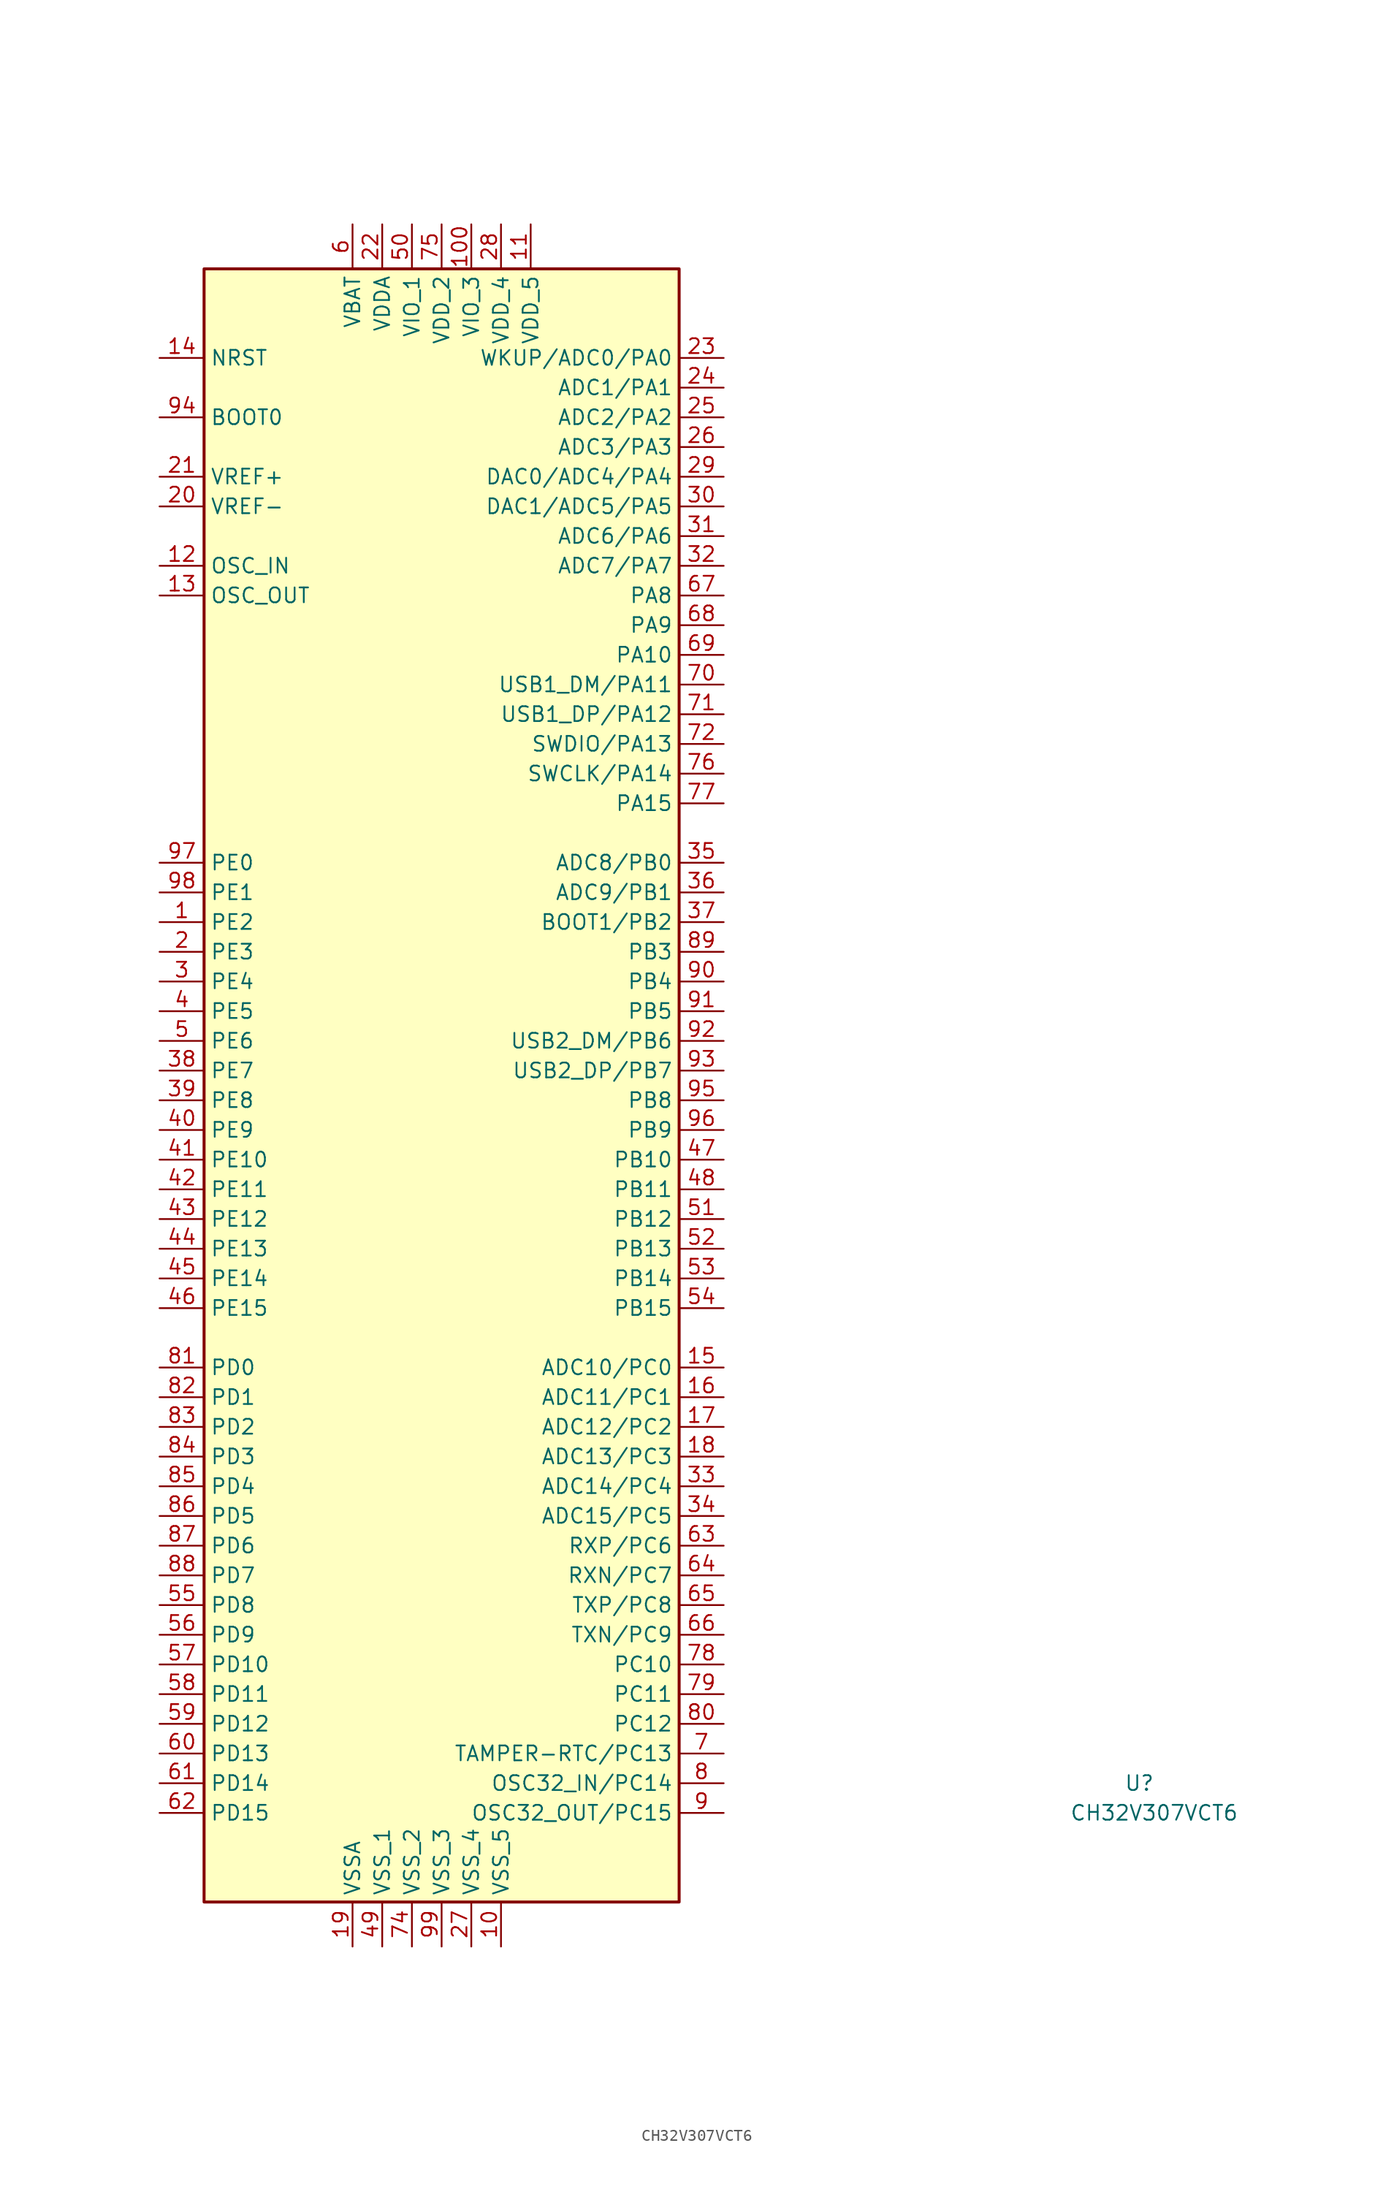
<source format=kicad_sym>
(kicad_symbol_lib
  (version 20211014)
  (generator kicad_symbol_editor)
  (symbol "CH32V307VCT6"
    (property "Reference" "U"
      (at 57.15 -60.96 0)
      (effects (font (size 1.27 1.27))))
    (property "Value" "CH32V307VCT6"
      (at 58.42 -63.5 0)
      (effects (font (size 1.27 1.27))))
    (symbol "CH32V307VCT6_0_1"
      (rectangle (start -22.86 68.58) (end 17.78 -71.12) (stroke (width 0.254) (type default) (color 0 0 0 0)) (fill (type background))))
    (symbol "CH32V307VCT6_1_1"
      (pin bidirectional line (at -26.67 12.7 0) (length 3.81) (name "PE2" (effects (font (size 1.27 1.27)))) (number "1" (effects (font (size 1.27 1.27)))))
      (pin power_in line (at 2.54 -74.93 90) (length 3.81) (name "VSS_5" (effects (font (size 1.27 1.27)))) (number "10" (effects (font (size 1.27 1.27)))))
      (pin power_in line (at 0 72.39 270) (length 3.81) (name "VIO_3" (effects (font (size 1.27 1.27)))) (number "100" (effects (font (size 1.27 1.27)))))
      (pin power_in line (at 5.08 72.39 270) (length 3.81) (name "VDD_5" (effects (font (size 1.27 1.27)))) (number "11" (effects (font (size 1.27 1.27)))))
      (pin bidirectional line (at -26.67 43.18 0) (length 3.81) (name "OSC_IN" (effects (font (size 1.27 1.27)))) (number "12" (effects (font (size 1.27 1.27)))))
      (pin bidirectional line (at -26.67 40.64 0) (length 3.81) (name "OSC_OUT" (effects (font (size 1.27 1.27)))) (number "13" (effects (font (size 1.27 1.27)))))
      (pin bidirectional line (at -26.67 60.96 0) (length 3.81) (name "NRST" (effects (font (size 1.27 1.27)))) (number "14" (effects (font (size 1.27 1.27)))))
      (pin bidirectional line (at 21.59 -25.4 180) (length 3.81) (name "ADC10/PC0" (effects (font (size 1.27 1.27)))) (number "15" (effects (font (size 1.27 1.27)))))
      (pin bidirectional line (at 21.59 -27.94 180) (length 3.81) (name "ADC11/PC1" (effects (font (size 1.27 1.27)))) (number "16" (effects (font (size 1.27 1.27)))))
      (pin bidirectional line (at 21.59 -30.48 180) (length 3.81) (name "ADC12/PC2" (effects (font (size 1.27 1.27)))) (number "17" (effects (font (size 1.27 1.27)))))
      (pin bidirectional line (at 21.59 -33.02 180) (length 3.81) (name "ADC13/PC3" (effects (font (size 1.27 1.27)))) (number "18" (effects (font (size 1.27 1.27)))))
      (pin power_in line (at -10.16 -74.93 90) (length 3.81) (name "VSSA" (effects (font (size 1.27 1.27)))) (number "19" (effects (font (size 1.27 1.27)))))
      (pin bidirectional line (at -26.67 10.16 0) (length 3.81) (name "PE3" (effects (font (size 1.27 1.27)))) (number "2" (effects (font (size 1.27 1.27)))))
      (pin power_in line (at -26.67 48.26 0) (length 3.81) (name "VREF-" (effects (font (size 1.27 1.27)))) (number "20" (effects (font (size 1.27 1.27)))))
      (pin power_in line (at -26.67 50.8 0) (length 3.81) (name "VREF+" (effects (font (size 1.27 1.27)))) (number "21" (effects (font (size 1.27 1.27)))))
      (pin power_in line (at -7.62 72.39 270) (length 3.81) (name "VDDA" (effects (font (size 1.27 1.27)))) (number "22" (effects (font (size 1.27 1.27)))))
      (pin bidirectional line (at 21.59 60.96 180) (length 3.81) (name "WKUP/ADC0/PA0" (effects (font (size 1.27 1.27)))) (number "23" (effects (font (size 1.27 1.27)))))
      (pin bidirectional line (at 21.59 58.42 180) (length 3.81) (name "ADC1/PA1" (effects (font (size 1.27 1.27)))) (number "24" (effects (font (size 1.27 1.27)))))
      (pin bidirectional line (at 21.59 55.88 180) (length 3.81) (name "ADC2/PA2" (effects (font (size 1.27 1.27)))) (number "25" (effects (font (size 1.27 1.27)))))
      (pin bidirectional line (at 21.59 53.34 180) (length 3.81) (name "ADC3/PA3" (effects (font (size 1.27 1.27)))) (number "26" (effects (font (size 1.27 1.27)))))
      (pin power_in line (at 0 -74.93 90) (length 3.81) (name "VSS_4" (effects (font (size 1.27 1.27)))) (number "27" (effects (font (size 1.27 1.27)))))
      (pin power_in line (at 2.54 72.39 270) (length 3.81) (name "VDD_4" (effects (font (size 1.27 1.27)))) (number "28" (effects (font (size 1.27 1.27)))))
      (pin bidirectional line (at 21.59 50.8 180) (length 3.81) (name "DAC0/ADC4/PA4" (effects (font (size 1.27 1.27)))) (number "29" (effects (font (size 1.27 1.27)))))
      (pin bidirectional line (at -26.67 7.62 0) (length 3.81) (name "PE4" (effects (font (size 1.27 1.27)))) (number "3" (effects (font (size 1.27 1.27)))))
      (pin bidirectional line (at 21.59 48.26 180) (length 3.81) (name "DAC1/ADC5/PA5" (effects (font (size 1.27 1.27)))) (number "30" (effects (font (size 1.27 1.27)))))
      (pin bidirectional line (at 21.59 45.72 180) (length 3.81) (name "ADC6/PA6" (effects (font (size 1.27 1.27)))) (number "31" (effects (font (size 1.27 1.27)))))
      (pin bidirectional line (at 21.59 43.18 180) (length 3.81) (name "ADC7/PA7" (effects (font (size 1.27 1.27)))) (number "32" (effects (font (size 1.27 1.27)))))
      (pin bidirectional line (at 21.59 -35.56 180) (length 3.81) (name "ADC14/PC4" (effects (font (size 1.27 1.27)))) (number "33" (effects (font (size 1.27 1.27)))))
      (pin bidirectional line (at 21.59 -38.1 180) (length 3.81) (name "ADC15/PC5" (effects (font (size 1.27 1.27)))) (number "34" (effects (font (size 1.27 1.27)))))
      (pin bidirectional line (at 21.59 17.78 180) (length 3.81) (name "ADC8/PB0" (effects (font (size 1.27 1.27)))) (number "35" (effects (font (size 1.27 1.27)))))
      (pin bidirectional line (at 21.59 15.24 180) (length 3.81) (name "ADC9/PB1" (effects (font (size 1.27 1.27)))) (number "36" (effects (font (size 1.27 1.27)))))
      (pin bidirectional line (at 21.59 12.7 180) (length 3.81) (name "BOOT1/PB2" (effects (font (size 1.27 1.27)))) (number "37" (effects (font (size 1.27 1.27)))))
      (pin bidirectional line (at -26.67 0 0) (length 3.81) (name "PE7" (effects (font (size 1.27 1.27)))) (number "38" (effects (font (size 1.27 1.27)))))
      (pin bidirectional line (at -26.67 -2.54 0) (length 3.81) (name "PE8" (effects (font (size 1.27 1.27)))) (number "39" (effects (font (size 1.27 1.27)))))
      (pin bidirectional line (at -26.67 5.08 0) (length 3.81) (name "PE5" (effects (font (size 1.27 1.27)))) (number "4" (effects (font (size 1.27 1.27)))))
      (pin bidirectional line (at -26.67 -5.08 0) (length 3.81) (name "PE9" (effects (font (size 1.27 1.27)))) (number "40" (effects (font (size 1.27 1.27)))))
      (pin bidirectional line (at -26.67 -7.62 0) (length 3.81) (name "PE10" (effects (font (size 1.27 1.27)))) (number "41" (effects (font (size 1.27 1.27)))))
      (pin bidirectional line (at -26.67 -10.16 0) (length 3.81) (name "PE11" (effects (font (size 1.27 1.27)))) (number "42" (effects (font (size 1.27 1.27)))))
      (pin bidirectional line (at -26.67 -12.7 0) (length 3.81) (name "PE12" (effects (font (size 1.27 1.27)))) (number "43" (effects (font (size 1.27 1.27)))))
      (pin bidirectional line (at -26.67 -15.24 0) (length 3.81) (name "PE13" (effects (font (size 1.27 1.27)))) (number "44" (effects (font (size 1.27 1.27)))))
      (pin bidirectional line (at -26.67 -17.78 0) (length 3.81) (name "PE14" (effects (font (size 1.27 1.27)))) (number "45" (effects (font (size 1.27 1.27)))))
      (pin bidirectional line (at -26.67 -20.32 0) (length 3.81) (name "PE15" (effects (font (size 1.27 1.27)))) (number "46" (effects (font (size 1.27 1.27)))))
      (pin bidirectional line (at 21.59 -7.62 180) (length 3.81) (name "PB10" (effects (font (size 1.27 1.27)))) (number "47" (effects (font (size 1.27 1.27)))))
      (pin bidirectional line (at 21.59 -10.16 180) (length 3.81) (name "PB11" (effects (font (size 1.27 1.27)))) (number "48" (effects (font (size 1.27 1.27)))))
      (pin power_in line (at -7.62 -74.93 90) (length 3.81) (name "VSS_1" (effects (font (size 1.27 1.27)))) (number "49" (effects (font (size 1.27 1.27)))))
      (pin bidirectional line (at -26.67 2.54 0) (length 3.81) (name "PE6" (effects (font (size 1.27 1.27)))) (number "5" (effects (font (size 1.27 1.27)))))
      (pin power_in line (at -5.08 72.39 270) (length 3.81) (name "VIO_1" (effects (font (size 1.27 1.27)))) (number "50" (effects (font (size 1.27 1.27)))))
      (pin bidirectional line (at 21.59 -12.7 180) (length 3.81) (name "PB12" (effects (font (size 1.27 1.27)))) (number "51" (effects (font (size 1.27 1.27)))))
      (pin bidirectional line (at 21.59 -15.24 180) (length 3.81) (name "PB13" (effects (font (size 1.27 1.27)))) (number "52" (effects (font (size 1.27 1.27)))))
      (pin bidirectional line (at 21.59 -17.78 180) (length 3.81) (name "PB14" (effects (font (size 1.27 1.27)))) (number "53" (effects (font (size 1.27 1.27)))))
      (pin bidirectional line (at 21.59 -20.32 180) (length 3.81) (name "PB15" (effects (font (size 1.27 1.27)))) (number "54" (effects (font (size 1.27 1.27)))))
      (pin bidirectional line (at -26.67 -45.72 0) (length 3.81) (name "PD8" (effects (font (size 1.27 1.27)))) (number "55" (effects (font (size 1.27 1.27)))))
      (pin bidirectional line (at -26.67 -48.26 0) (length 3.81) (name "PD9" (effects (font (size 1.27 1.27)))) (number "56" (effects (font (size 1.27 1.27)))))
      (pin bidirectional line (at -26.67 -50.8 0) (length 3.81) (name "PD10" (effects (font (size 1.27 1.27)))) (number "57" (effects (font (size 1.27 1.27)))))
      (pin bidirectional line (at -26.67 -53.34 0) (length 3.81) (name "PD11" (effects (font (size 1.27 1.27)))) (number "58" (effects (font (size 1.27 1.27)))))
      (pin bidirectional line (at -26.67 -55.88 0) (length 3.81) (name "PD12" (effects (font (size 1.27 1.27)))) (number "59" (effects (font (size 1.27 1.27)))))
      (pin power_in line (at -10.16 72.39 270) (length 3.81) (name "VBAT" (effects (font (size 1.27 1.27)))) (number "6" (effects (font (size 1.27 1.27)))))
      (pin bidirectional line (at -26.67 -58.42 0) (length 3.81) (name "PD13" (effects (font (size 1.27 1.27)))) (number "60" (effects (font (size 1.27 1.27)))))
      (pin bidirectional line (at -26.67 -60.96 0) (length 3.81) (name "PD14" (effects (font (size 1.27 1.27)))) (number "61" (effects (font (size 1.27 1.27)))))
      (pin bidirectional line (at -26.67 -63.5 0) (length 3.81) (name "PD15" (effects (font (size 1.27 1.27)))) (number "62" (effects (font (size 1.27 1.27)))))
      (pin bidirectional line (at 21.59 -40.64 180) (length 3.81) (name "RXP/PC6" (effects (font (size 1.27 1.27)))) (number "63" (effects (font (size 1.27 1.27)))))
      (pin bidirectional line (at 21.59 -43.18 180) (length 3.81) (name "RXN/PC7" (effects (font (size 1.27 1.27)))) (number "64" (effects (font (size 1.27 1.27)))))
      (pin bidirectional line (at 21.59 -45.72 180) (length 3.81) (name "TXP/PC8" (effects (font (size 1.27 1.27)))) (number "65" (effects (font (size 1.27 1.27)))))
      (pin bidirectional line (at 21.59 -48.26 180) (length 3.81) (name "TXN/PC9" (effects (font (size 1.27 1.27)))) (number "66" (effects (font (size 1.27 1.27)))))
      (pin bidirectional line (at 21.59 40.64 180) (length 3.81) (name "PA8" (effects (font (size 1.27 1.27)))) (number "67" (effects (font (size 1.27 1.27)))))
      (pin bidirectional line (at 21.59 38.1 180) (length 3.81) (name "PA9" (effects (font (size 1.27 1.27)))) (number "68" (effects (font (size 1.27 1.27)))))
      (pin bidirectional line (at 21.59 35.56 180) (length 3.81) (name "PA10" (effects (font (size 1.27 1.27)))) (number "69" (effects (font (size 1.27 1.27)))))
      (pin bidirectional line (at 21.59 -58.42 180) (length 3.81) (name "TAMPER-RTC/PC13" (effects (font (size 1.27 1.27)))) (number "7" (effects (font (size 1.27 1.27)))))
      (pin bidirectional line (at 21.59 33.02 180) (length 3.81) (name "USB1_DM/PA11" (effects (font (size 1.27 1.27)))) (number "70" (effects (font (size 1.27 1.27)))))
      (pin bidirectional line (at 21.59 30.48 180) (length 3.81) (name "USB1_DP/PA12" (effects (font (size 1.27 1.27)))) (number "71" (effects (font (size 1.27 1.27)))))
      (pin bidirectional line (at 21.59 27.94 180) (length 3.81) (name "SWDIO/PA13" (effects (font (size 1.27 1.27)))) (number "72" (effects (font (size 1.27 1.27)))))
      (pin no_connect line (at -26.67 22.86 0) (length 3.81) hide (name "NC" (effects (font (size 1.27 1.27)))) (number "73" (effects (font (size 1.27 1.27)))))
      (pin power_in line (at -5.08 -74.93 90) (length 3.81) (name "VSS_2" (effects (font (size 1.27 1.27)))) (number "74" (effects (font (size 1.27 1.27)))))
      (pin power_in line (at -2.54 72.39 270) (length 3.81) (name "VDD_2" (effects (font (size 1.27 1.27)))) (number "75" (effects (font (size 1.27 1.27)))))
      (pin bidirectional line (at 21.59 25.4 180) (length 3.81) (name "SWCLK/PA14" (effects (font (size 1.27 1.27)))) (number "76" (effects (font (size 1.27 1.27)))))
      (pin bidirectional line (at 21.59 22.86 180) (length 3.81) (name "PA15" (effects (font (size 1.27 1.27)))) (number "77" (effects (font (size 1.27 1.27)))))
      (pin bidirectional line (at 21.59 -50.8 180) (length 3.81) (name "PC10" (effects (font (size 1.27 1.27)))) (number "78" (effects (font (size 1.27 1.27)))))
      (pin bidirectional line (at 21.59 -53.34 180) (length 3.81) (name "PC11" (effects (font (size 1.27 1.27)))) (number "79" (effects (font (size 1.27 1.27)))))
      (pin bidirectional line (at 21.59 -60.96 180) (length 3.81) (name "OSC32_IN/PC14" (effects (font (size 1.27 1.27)))) (number "8" (effects (font (size 1.27 1.27)))))
      (pin bidirectional line (at 21.59 -55.88 180) (length 3.81) (name "PC12" (effects (font (size 1.27 1.27)))) (number "80" (effects (font (size 1.27 1.27)))))
      (pin bidirectional line (at -26.67 -25.4 0) (length 3.81) (name "PD0" (effects (font (size 1.27 1.27)))) (number "81" (effects (font (size 1.27 1.27)))))
      (pin bidirectional line (at -26.67 -27.94 0) (length 3.81) (name "PD1" (effects (font (size 1.27 1.27)))) (number "82" (effects (font (size 1.27 1.27)))))
      (pin bidirectional line (at -26.67 -30.48 0) (length 3.81) (name "PD2" (effects (font (size 1.27 1.27)))) (number "83" (effects (font (size 1.27 1.27)))))
      (pin bidirectional line (at -26.67 -33.02 0) (length 3.81) (name "PD3" (effects (font (size 1.27 1.27)))) (number "84" (effects (font (size 1.27 1.27)))))
      (pin bidirectional line (at -26.67 -35.56 0) (length 3.81) (name "PD4" (effects (font (size 1.27 1.27)))) (number "85" (effects (font (size 1.27 1.27)))))
      (pin bidirectional line (at -26.67 -38.1 0) (length 3.81) (name "PD5" (effects (font (size 1.27 1.27)))) (number "86" (effects (font (size 1.27 1.27)))))
      (pin bidirectional line (at -26.67 -40.64 0) (length 3.81) (name "PD6" (effects (font (size 1.27 1.27)))) (number "87" (effects (font (size 1.27 1.27)))))
      (pin bidirectional line (at -26.67 -43.18 0) (length 3.81) (name "PD7" (effects (font (size 1.27 1.27)))) (number "88" (effects (font (size 1.27 1.27)))))
      (pin bidirectional line (at 21.59 10.16 180) (length 3.81) (name "PB3" (effects (font (size 1.27 1.27)))) (number "89" (effects (font (size 1.27 1.27)))))
      (pin bidirectional line (at 21.59 -63.5 180) (length 3.81) (name "OSC32_OUT/PC15" (effects (font (size 1.27 1.27)))) (number "9" (effects (font (size 1.27 1.27)))))
      (pin bidirectional line (at 21.59 7.62 180) (length 3.81) (name "PB4" (effects (font (size 1.27 1.27)))) (number "90" (effects (font (size 1.27 1.27)))))
      (pin bidirectional line (at 21.59 5.08 180) (length 3.81) (name "PB5" (effects (font (size 1.27 1.27)))) (number "91" (effects (font (size 1.27 1.27)))))
      (pin bidirectional line (at 21.59 2.54 180) (length 3.81) (name "USB2_DM/PB6" (effects (font (size 1.27 1.27)))) (number "92" (effects (font (size 1.27 1.27)))))
      (pin bidirectional line (at 21.59 0 180) (length 3.81) (name "USB2_DP/PB7" (effects (font (size 1.27 1.27)))) (number "93" (effects (font (size 1.27 1.27)))))
      (pin bidirectional line (at -26.67 55.88 0) (length 3.81) (name "BOOT0" (effects (font (size 1.27 1.27)))) (number "94" (effects (font (size 1.27 1.27)))))
      (pin bidirectional line (at 21.59 -2.54 180) (length 3.81) (name "PB8" (effects (font (size 1.27 1.27)))) (number "95" (effects (font (size 1.27 1.27)))))
      (pin bidirectional line (at 21.59 -5.08 180) (length 3.81) (name "PB9" (effects (font (size 1.27 1.27)))) (number "96" (effects (font (size 1.27 1.27)))))
      (pin bidirectional line (at -26.67 17.78 0) (length 3.81) (name "PE0" (effects (font (size 1.27 1.27)))) (number "97" (effects (font (size 1.27 1.27)))))
      (pin bidirectional line (at -26.67 15.24 0) (length 3.81) (name "PE1" (effects (font (size 1.27 1.27)))) (number "98" (effects (font (size 1.27 1.27)))))
      (pin power_in line (at -2.54 -74.93 90) (length 3.81) (name "VSS_3" (effects (font (size 1.27 1.27)))) (number "99" (effects (font (size 1.27 1.27))))))))
</source>
